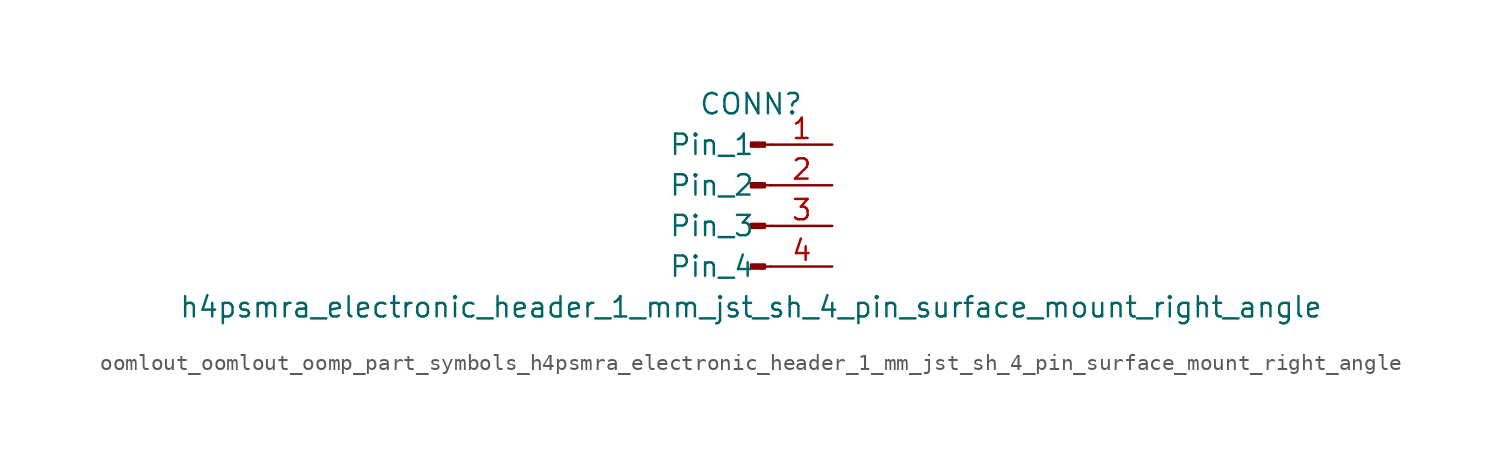
<source format=kicad_sym>
(kicad_symbol_lib
  (version 20220914)
  (generator kicad_symbol_editor)
  (symbol "oomlout_oomlout_oomp_part_symbols_h4psmra_electronic_header_1_mm_jst_sh_4_pin_surface_mount_right_angle"
    (pin_names
      (offset 1.016))
    (property "Reference" "CONN"
      (at 0 5.08 0)
      (effects (font (size 1.27 1.27))))
    (property "Value" "h4psmra_electronic_header_1_mm_jst_sh_4_pin_surface_mount_right_angle"
      (at 0 -7.62 0)
      (effects (font (size 1.27 1.27))))
    (property "ki_locked" ""
      (at 0 0 0)
      (effects (font (size 1.27 1.27))))
    (symbol "oomlout_oomlout_oomp_part_symbols_h4psmra_electronic_header_1_mm_jst_sh_4_pin_surface_mount_right_angle_1_1"
      (polyline (pts (xy 1.27 -5.08) (xy 0.864 -5.08)) (stroke (width 0.152) (type default)) (fill (type none)))
      (polyline (pts (xy 1.27 -2.54) (xy 0.864 -2.54)) (stroke (width 0.152) (type default)) (fill (type none)))
      (polyline (pts (xy 1.27 0) (xy 0.864 0)) (stroke (width 0.152) (type default)) (fill (type none)))
      (polyline (pts (xy 1.27 2.54) (xy 0.864 2.54)) (stroke (width 0.152) (type default)) (fill (type none)))
      (rectangle (start 0.864 -4.953) (end 0 -5.207) (stroke (width 0.152) (type default)) (fill (type outline)))
      (rectangle (start 0.864 -2.413) (end 0 -2.667) (stroke (width 0.152) (type default)) (fill (type outline)))
      (rectangle (start 0.864 0.127) (end 0 -0.127) (stroke (width 0.152) (type default)) (fill (type outline)))
      (rectangle (start 0.864 2.667) (end 0 2.413) (stroke (width 0.152) (type default)) (fill (type outline)))
      (pin passive line (at 5.08 2.54 180) (length 3.81) (name "Pin_1" (effects (font (size 1.27 1.27)))) (number "1" (effects (font (size 1.27 1.27)))))
      (pin passive line (at 5.08 0 180) (length 3.81) (name "Pin_2" (effects (font (size 1.27 1.27)))) (number "2" (effects (font (size 1.27 1.27)))))
      (pin passive line (at 5.08 -2.54 180) (length 3.81) (name "Pin_3" (effects (font (size 1.27 1.27)))) (number "3" (effects (font (size 1.27 1.27)))))
      (pin passive line (at 5.08 -5.08 180) (length 3.81) (name "Pin_4" (effects (font (size 1.27 1.27)))) (number "4" (effects (font (size 1.27 1.27))))))))
</source>
